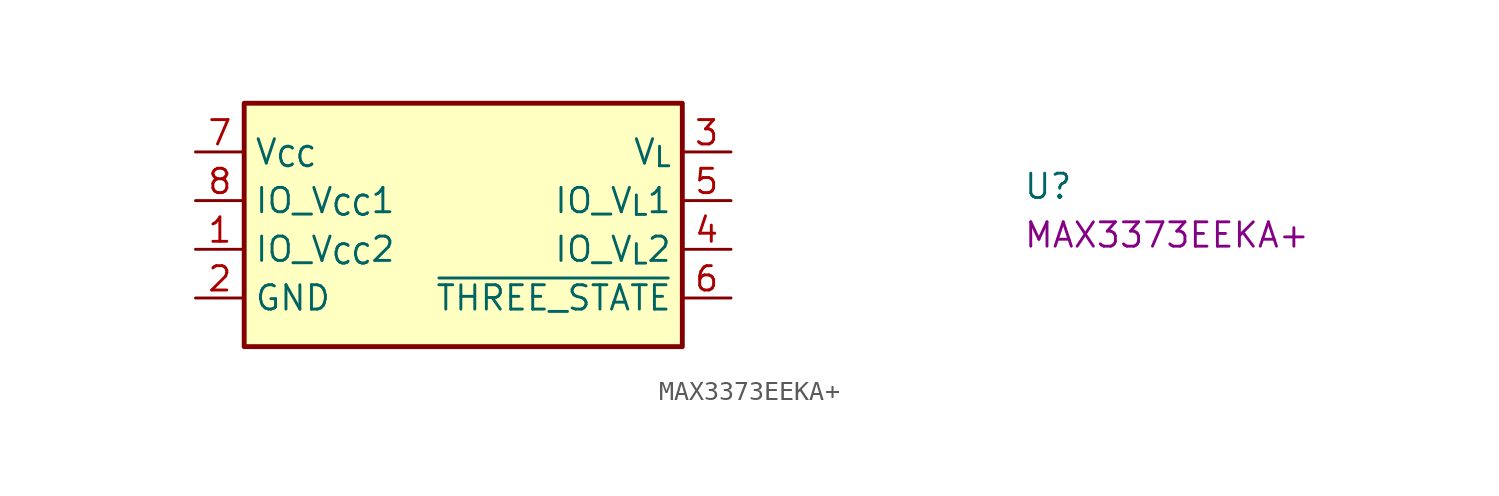
<source format=kicad_sym>
(kicad_symbol_lib
  (version 20220914)
  (generator kicad_symbol_editor)
  (symbol "MAX3373EEKA+"
    (property "Reference" "U"
      (at 43.18 -2.54 0)
      (effects (font (size 1.27 1.27) (thickness 0.15)) (justify left bottom)))
    (property "MPN" "MAX3373EEKA+"
      (at 43.18 -5.08 0)
      (effects (font (size 1.27 1.27) (thickness 0.15)) (justify left bottom)))
    (symbol "MAX3373EEKA+_1_1"
      (rectangle (start 2.54 2.54) (end 25.4 -10.16) (stroke (width 0.254) (type default)) (fill (type background)))
      (pin bidirectional line (at 0 -5.08 0) (length 2.54) (name "IO_V_{CC}2" (effects (font (size 1.27 1.27)))) (number "1" (effects (font (size 1.27 1.27)))))
      (pin power_in line (at 0 -7.62 0) (length 2.54) (name "GND" (effects (font (size 1.27 1.27)))) (number "2" (effects (font (size 1.27 1.27)))))
      (pin power_in line (at 27.94 0 180) (length 2.54) (name "V_{L}" (effects (font (size 1.27 1.27)))) (number "3" (effects (font (size 1.27 1.27)))))
      (pin bidirectional line (at 27.94 -5.08 180) (length 2.54) (name "IO_V_{L}2" (effects (font (size 1.27 1.27)))) (number "4" (effects (font (size 1.27 1.27)))))
      (pin bidirectional line (at 27.94 -2.54 180) (length 2.54) (name "IO_V_{L}1" (effects (font (size 1.27 1.27)))) (number "5" (effects (font (size 1.27 1.27)))))
      (pin input line (at 27.94 -7.62 180) (length 2.54) (name "~{THREE_STATE}" (effects (font (size 1.27 1.27)))) (number "6" (effects (font (size 1.27 1.27)))))
      (pin power_in line (at 0 0 0) (length 2.54) (name "V_{CC}" (effects (font (size 1.27 1.27)))) (number "7" (effects (font (size 1.27 1.27)))))
      (pin bidirectional line (at 0 -2.54 0) (length 2.54) (name "IO_V_{CC}1" (effects (font (size 1.27 1.27)))) (number "8" (effects (font (size 1.27 1.27))))))))
</source>
